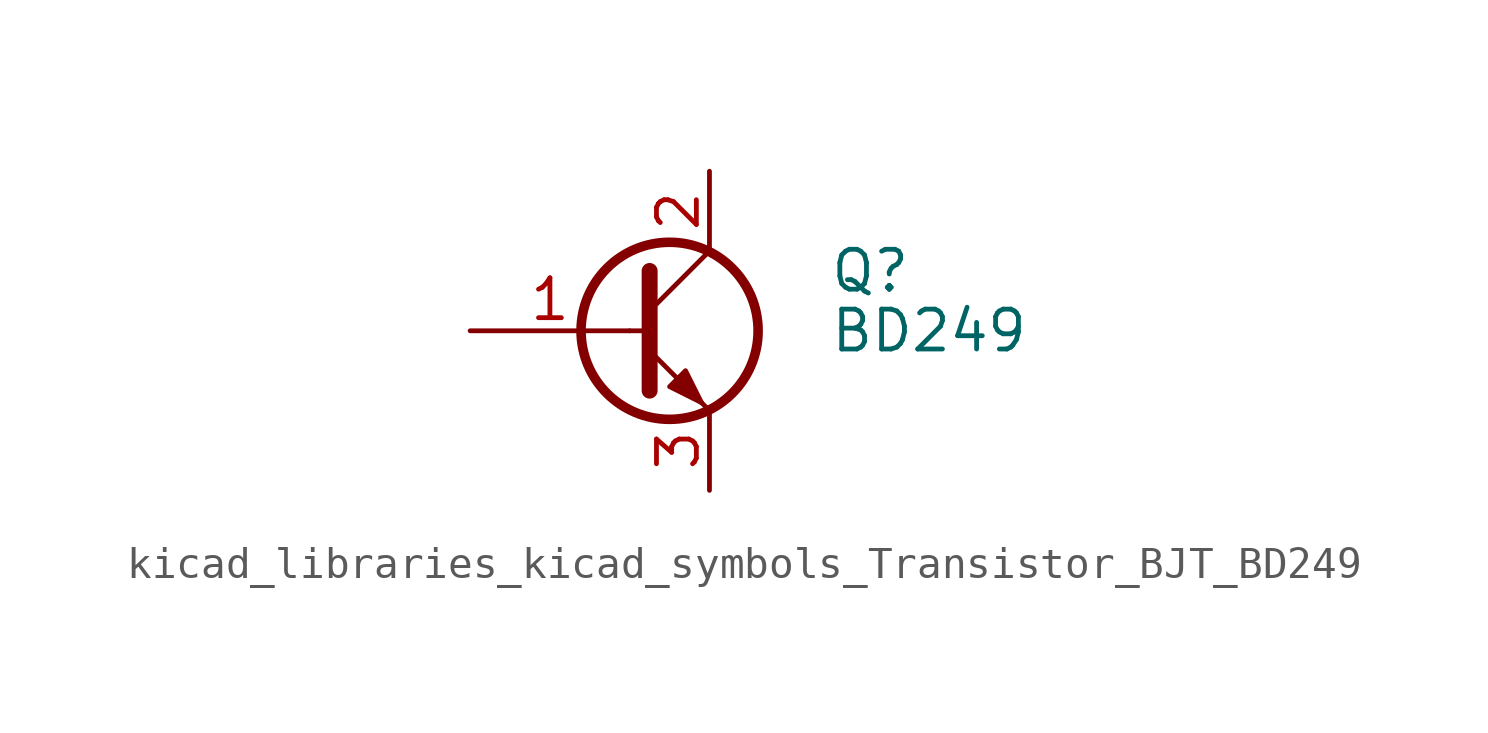
<source format=kicad_sym>
(kicad_symbol_lib
  (version 20220914)
  (generator kicad_symbol_editor)
  (symbol "kicad_libraries_kicad_symbols_Transistor_BJT_BD249"
    (pin_names
      (offset 0) hide)
    (property "Reference" "Q"
      (at 6.35 1.905 0)
      (effects (font (size 1.27 1.27)) (justify left)))
    (property "Value" "BD249"
      (at 6.35 0 0)
      (effects (font (size 1.27 1.27)) (justify left)))
    (symbol "kicad_libraries_kicad_symbols_Transistor_BJT_BD249_0_1"
      (polyline (pts (xy 0 0) (xy 0.635 0)) (stroke (width 0) (type default)) (fill (type none)))
      (polyline (pts (xy 2.54 2.54) (xy 0.635 0.635)) (stroke (width 0) (type default)) (fill (type none)))
      (polyline (pts (xy 0.635 1.905) (xy 0.635 -1.905) (xy 0.635 -1.905)) (stroke (width 0.508) (type default)) (fill (type none)))
      (polyline (pts (xy 2.286 -2.286) (xy 1.778 -1.778) (xy 1.778 -1.778)) (stroke (width 0) (type default)) (fill (type none)))
      (polyline (pts (xy 2.54 -2.54) (xy 0.635 -0.635) (xy 1.27 -1.27)) (stroke (width 0) (type default)) (fill (type outline)))
      (polyline (pts (xy 1.27 -1.778) (xy 1.778 -1.27) (xy 2.286 -2.286) (xy 1.27 -1.778) (xy 1.27 -1.778)) (stroke (width 0) (type default)) (fill (type outline)))
      (circle (center 1.27 0) (radius 2.819) (stroke (width 0.305) (type default)) (fill (type none))))
    (symbol "kicad_libraries_kicad_symbols_Transistor_BJT_BD249_1_1"
      (pin input line (at -5.08 0 0) (length 5.08) (name "B" (effects (font (size 1.27 1.27)))) (number "1" (effects (font (size 1.27 1.27)))))
      (pin passive line (at 2.54 5.08 270) (length 2.54) (name "C" (effects (font (size 1.27 1.27)))) (number "2" (effects (font (size 1.27 1.27)))))
      (pin passive line (at 2.54 -5.08 90) (length 2.54) (name "E" (effects (font (size 1.27 1.27)))) (number "3" (effects (font (size 1.27 1.27))))))))
</source>
